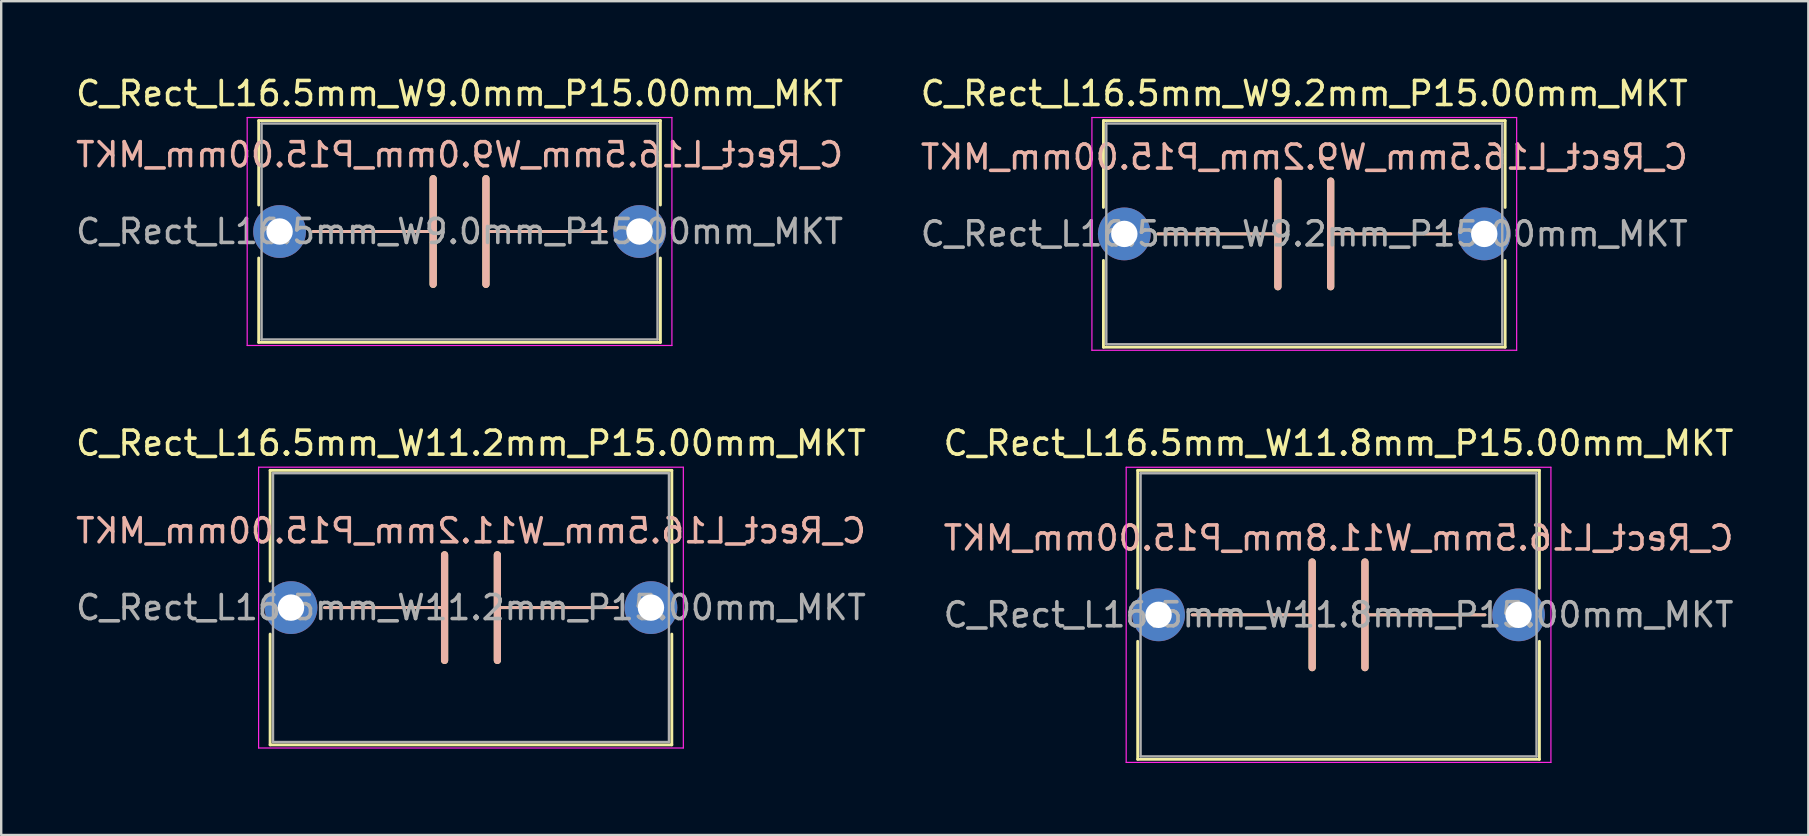
<source format=kicad_pcb>
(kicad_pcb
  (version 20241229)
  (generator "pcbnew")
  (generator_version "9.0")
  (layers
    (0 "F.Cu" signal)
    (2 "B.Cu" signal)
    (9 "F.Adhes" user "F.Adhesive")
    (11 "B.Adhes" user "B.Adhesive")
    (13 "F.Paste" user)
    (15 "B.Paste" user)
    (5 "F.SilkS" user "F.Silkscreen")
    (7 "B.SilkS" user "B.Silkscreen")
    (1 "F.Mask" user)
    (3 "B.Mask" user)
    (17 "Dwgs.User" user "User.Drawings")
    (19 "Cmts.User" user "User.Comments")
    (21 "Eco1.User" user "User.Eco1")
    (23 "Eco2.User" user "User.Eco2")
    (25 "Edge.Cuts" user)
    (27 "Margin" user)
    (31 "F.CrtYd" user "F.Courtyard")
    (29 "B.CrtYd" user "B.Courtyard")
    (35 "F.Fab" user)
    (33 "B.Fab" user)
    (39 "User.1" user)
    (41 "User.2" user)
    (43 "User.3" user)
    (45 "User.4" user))
  (footprint "C_Rect_L16.5mm_W9.0mm_P15.00mm_MKT"
    (layer "F.Cu")
    (at 8.601 6.598)
    (property "Reference" "C_Rect_L16.5mm_W9.0mm_P15.00mm_MKT" (at 7.5 -5.75 0) (layer "F.SilkS") (effects (font (size 1 1) (thickness 0.15))))
    (fp_line (start -0.87 -4.62) (end -0.87 -1.104) (stroke (width 0.12) (type solid)) (layer "F.SilkS"))
    (fp_line (start -0.87 -4.62) (end 15.87 -4.62) (stroke (width 0.12) (type solid)) (layer "F.SilkS"))
    (fp_line (start -0.87 1.104) (end -0.87 4.62) (stroke (width 0.12) (type solid)) (layer "F.SilkS"))
    (fp_line (start -0.87 4.62) (end 15.87 4.62) (stroke (width 0.12) (type solid)) (layer "F.SilkS"))
    (fp_line (start 1.4 0) (end 6.4 0) (stroke (width 0.12) (type solid)) (layer "F.SilkS"))
    (fp_line (start 6.4 -2.2) (end 6.4 2.2) (stroke (width 0.3) (type solid)) (layer "F.SilkS"))
    (fp_line (start 8.6 -2.2) (end 8.6 2.2) (stroke (width 0.3) (type solid)) (layer "F.SilkS"))
    (fp_line (start 8.6 0) (end 13.6 0) (stroke (width 0.12) (type solid)) (layer "F.SilkS"))
    (fp_line (start 15.87 -4.62) (end 15.87 -1.104) (stroke (width 0.12) (type solid)) (layer "F.SilkS"))
    (fp_line (start 15.87 1.104) (end 15.87 4.62) (stroke (width 0.12) (type solid)) (layer "F.SilkS"))
    (fp_line (start 1.4 0) (end 6.4 0) (stroke (width 0.12) (type solid)) (layer "B.SilkS"))
    (fp_line (start 6.4 2.2) (end 6.4 -2.2) (stroke (width 0.3) (type solid)) (layer "B.SilkS"))
    (fp_line (start 8.6 0) (end 13.6 0) (stroke (width 0.12) (type solid)) (layer "B.SilkS"))
    (fp_line (start 8.6 2.2) (end 8.6 -2.2) (stroke (width 0.3) (type solid)) (layer "B.SilkS"))
    (fp_line (start -1.35 -4.75) (end -1.35 4.75) (stroke (width 0.05) (type solid)) (layer "F.CrtYd"))
    (fp_line (start -1.35 4.75) (end 16.35 4.75) (stroke (width 0.05) (type solid)) (layer "F.CrtYd"))
    (fp_line (start 16.35 -4.75) (end -1.35 -4.75) (stroke (width 0.05) (type solid)) (layer "F.CrtYd"))
    (fp_line (start 16.35 4.75) (end 16.35 -4.75) (stroke (width 0.05) (type solid)) (layer "F.CrtYd"))
    (fp_line (start -0.75 -4.5) (end -0.75 4.5) (stroke (width 0.1) (type solid)) (layer "F.Fab"))
    (fp_line (start -0.75 4.5) (end 15.75 4.5) (stroke (width 0.1) (type solid)) (layer "F.Fab"))
    (fp_line (start 15.75 -4.5) (end -0.75 -4.5) (stroke (width 0.1) (type solid)) (layer "F.Fab"))
    (fp_line (start 15.75 4.5) (end 15.75 -4.5) (stroke (width 0.1) (type solid)) (layer "F.Fab"))
    (fp_text user "${REFERENCE}" (at 7.5 -3.2 0) (layer "B.SilkS") (effects (font (size 1 1) (thickness 0.15)) (justify mirror)))
    (fp_text user "${REFERENCE}" (at 7.5 0 0) (layer "F.Fab") (effects (font (size 1 1) (thickness 0.15))))
    (pad "1" thru_hole circle (at 0 0) (size 2.2 2.2) (drill 1.1) (layers "*.Cu" "*.Mask"))
    (pad "2" thru_hole circle (at 15 0) (size 2.2 2.2) (drill 1.1) (layers "*.Cu" "*.Mask")))
  (footprint "C_Rect_L16.5mm_W11.2mm_P15.00mm_MKT"
    (layer "F.Cu")
    (at 9.077 22.271)
    (property "Reference" "C_Rect_L16.5mm_W11.2mm_P15.00mm_MKT" (at 7.5 -6.85 0) (layer "F.SilkS") (effects (font (size 1 1) (thickness 0.15))))
    (fp_line (start -0.87 -5.72) (end -0.87 -1.104) (stroke (width 0.12) (type solid)) (layer "F.SilkS"))
    (fp_line (start -0.87 -5.72) (end 15.87 -5.72) (stroke (width 0.12) (type solid)) (layer "F.SilkS"))
    (fp_line (start -0.87 1.104) (end -0.87 5.72) (stroke (width 0.12) (type solid)) (layer "F.SilkS"))
    (fp_line (start -0.87 5.72) (end 15.87 5.72) (stroke (width 0.12) (type solid)) (layer "F.SilkS"))
    (fp_line (start 1.4 0) (end 6.4 0) (stroke (width 0.12) (type solid)) (layer "F.SilkS"))
    (fp_line (start 6.4 -2.2) (end 6.4 2.2) (stroke (width 0.3) (type solid)) (layer "F.SilkS"))
    (fp_line (start 8.6 -2.2) (end 8.6 2.2) (stroke (width 0.3) (type solid)) (layer "F.SilkS"))
    (fp_line (start 8.6 0) (end 13.6 0) (stroke (width 0.12) (type solid)) (layer "F.SilkS"))
    (fp_line (start 15.87 -5.72) (end 15.87 -1.104) (stroke (width 0.12) (type solid)) (layer "F.SilkS"))
    (fp_line (start 15.87 1.104) (end 15.87 5.72) (stroke (width 0.12) (type solid)) (layer "F.SilkS"))
    (fp_line (start 1.4 0) (end 6.4 0) (stroke (width 0.12) (type solid)) (layer "B.SilkS"))
    (fp_line (start 6.4 2.2) (end 6.4 -2.2) (stroke (width 0.3) (type solid)) (layer "B.SilkS"))
    (fp_line (start 8.6 0) (end 13.6 0) (stroke (width 0.12) (type solid)) (layer "B.SilkS"))
    (fp_line (start 8.6 2.2) (end 8.6 -2.2) (stroke (width 0.3) (type solid)) (layer "B.SilkS"))
    (fp_line (start -1.35 -5.85) (end -1.35 5.85) (stroke (width 0.05) (type solid)) (layer "F.CrtYd"))
    (fp_line (start -1.35 5.85) (end 16.35 5.85) (stroke (width 0.05) (type solid)) (layer "F.CrtYd"))
    (fp_line (start 16.35 -5.85) (end -1.35 -5.85) (stroke (width 0.05) (type solid)) (layer "F.CrtYd"))
    (fp_line (start 16.35 5.85) (end 16.35 -5.85) (stroke (width 0.05) (type solid)) (layer "F.CrtYd"))
    (fp_line (start -0.75 -5.6) (end -0.75 5.6) (stroke (width 0.1) (type solid)) (layer "F.Fab"))
    (fp_line (start -0.75 5.6) (end 15.75 5.6) (stroke (width 0.1) (type solid)) (layer "F.Fab"))
    (fp_line (start 15.75 -5.6) (end -0.75 -5.6) (stroke (width 0.1) (type solid)) (layer "F.Fab"))
    (fp_line (start 15.75 5.6) (end 15.75 -5.6) (stroke (width 0.1) (type solid)) (layer "F.Fab"))
    (fp_text user "${REFERENCE}" (at 7.5 -3.2 0) (layer "B.SilkS") (effects (font (size 1 1) (thickness 0.15)) (justify mirror)))
    (fp_text user "${REFERENCE}" (at 7.5 0 0) (layer "F.Fab") (effects (font (size 1 1) (thickness 0.15))))
    (pad "1" thru_hole circle (at 0 0) (size 2.2 2.2) (drill 1.1) (layers "*.Cu" "*.Mask"))
    (pad "2" thru_hole circle (at 15 0) (size 2.2 2.2) (drill 1.1) (layers "*.Cu" "*.Mask")))
  (footprint "C_Rect_L16.5mm_W11.8mm_P15.00mm_MKT"
    (layer "F.Cu")
    (at 45.232 22.572)
    (property "Reference" "C_Rect_L16.5mm_W11.8mm_P15.00mm_MKT" (at 7.5 -7.15 0) (layer "F.SilkS") (effects (font (size 1 1) (thickness 0.15))))
    (fp_line (start -0.87 -6.02) (end -0.87 -1.104) (stroke (width 0.12) (type solid)) (layer "F.SilkS"))
    (fp_line (start -0.87 -6.02) (end 15.87 -6.02) (stroke (width 0.12) (type solid)) (layer "F.SilkS"))
    (fp_line (start -0.87 1.104) (end -0.87 6.02) (stroke (width 0.12) (type solid)) (layer "F.SilkS"))
    (fp_line (start -0.87 6.02) (end 15.87 6.02) (stroke (width 0.12) (type solid)) (layer "F.SilkS"))
    (fp_line (start 1.4 0) (end 6.4 0) (stroke (width 0.12) (type solid)) (layer "F.SilkS"))
    (fp_line (start 6.4 -2.2) (end 6.4 2.2) (stroke (width 0.3) (type solid)) (layer "F.SilkS"))
    (fp_line (start 8.6 -2.2) (end 8.6 2.2) (stroke (width 0.3) (type solid)) (layer "F.SilkS"))
    (fp_line (start 8.6 0) (end 13.6 0) (stroke (width 0.12) (type solid)) (layer "F.SilkS"))
    (fp_line (start 15.87 -6.02) (end 15.87 -1.104) (stroke (width 0.12) (type solid)) (layer "F.SilkS"))
    (fp_line (start 15.87 1.104) (end 15.87 6.02) (stroke (width 0.12) (type solid)) (layer "F.SilkS"))
    (fp_line (start 1.4 0) (end 6.4 0) (stroke (width 0.12) (type solid)) (layer "B.SilkS"))
    (fp_line (start 6.4 2.2) (end 6.4 -2.2) (stroke (width 0.3) (type solid)) (layer "B.SilkS"))
    (fp_line (start 8.6 0) (end 13.6 0) (stroke (width 0.12) (type solid)) (layer "B.SilkS"))
    (fp_line (start 8.6 2.2) (end 8.6 -2.2) (stroke (width 0.3) (type solid)) (layer "B.SilkS"))
    (fp_line (start -1.35 -6.15) (end -1.35 6.15) (stroke (width 0.05) (type solid)) (layer "F.CrtYd"))
    (fp_line (start -1.35 6.15) (end 16.35 6.15) (stroke (width 0.05) (type solid)) (layer "F.CrtYd"))
    (fp_line (start 16.35 -6.15) (end -1.35 -6.15) (stroke (width 0.05) (type solid)) (layer "F.CrtYd"))
    (fp_line (start 16.35 6.15) (end 16.35 -6.15) (stroke (width 0.05) (type solid)) (layer "F.CrtYd"))
    (fp_line (start -0.75 -5.9) (end -0.75 5.9) (stroke (width 0.1) (type solid)) (layer "F.Fab"))
    (fp_line (start -0.75 5.9) (end 15.75 5.9) (stroke (width 0.1) (type solid)) (layer "F.Fab"))
    (fp_line (start 15.75 -5.9) (end -0.75 -5.9) (stroke (width 0.1) (type solid)) (layer "F.Fab"))
    (fp_line (start 15.75 5.9) (end 15.75 -5.9) (stroke (width 0.1) (type solid)) (layer "F.Fab"))
    (fp_text user "${REFERENCE}" (at 7.5 -3.2 0) (layer "B.SilkS") (effects (font (size 1 1) (thickness 0.15)) (justify mirror)))
    (fp_text user "${REFERENCE}" (at 7.5 0 0) (layer "F.Fab") (effects (font (size 1 1) (thickness 0.15))))
    (pad "1" thru_hole circle (at 0 0) (size 2.2 2.2) (drill 1.1) (layers "*.Cu" "*.Mask"))
    (pad "2" thru_hole circle (at 15 0) (size 2.2 2.2) (drill 1.1) (layers "*.Cu" "*.Mask")))
  (footprint "C_Rect_L16.5mm_W9.2mm_P15.00mm_MKT"
    (layer "F.Cu")
    (at 43.804 6.698)
    (property "Reference" "C_Rect_L16.5mm_W9.2mm_P15.00mm_MKT" (at 7.5 -5.85 0) (layer "F.SilkS") (effects (font (size 1 1) (thickness 0.15))))
    (fp_line (start -0.87 -4.72) (end -0.87 -1.104) (stroke (width 0.12) (type solid)) (layer "F.SilkS"))
    (fp_line (start -0.87 -4.72) (end 15.87 -4.72) (stroke (width 0.12) (type solid)) (layer "F.SilkS"))
    (fp_line (start -0.87 1.104) (end -0.87 4.72) (stroke (width 0.12) (type solid)) (layer "F.SilkS"))
    (fp_line (start -0.87 4.72) (end 15.87 4.72) (stroke (width 0.12) (type solid)) (layer "F.SilkS"))
    (fp_line (start 1.4 0) (end 6.4 0) (stroke (width 0.12) (type solid)) (layer "F.SilkS"))
    (fp_line (start 6.4 -2.2) (end 6.4 2.2) (stroke (width 0.3) (type solid)) (layer "F.SilkS"))
    (fp_line (start 8.6 -2.2) (end 8.6 2.2) (stroke (width 0.3) (type solid)) (layer "F.SilkS"))
    (fp_line (start 8.6 0) (end 13.6 0) (stroke (width 0.12) (type solid)) (layer "F.SilkS"))
    (fp_line (start 15.87 -4.72) (end 15.87 -1.104) (stroke (width 0.12) (type solid)) (layer "F.SilkS"))
    (fp_line (start 15.87 1.104) (end 15.87 4.72) (stroke (width 0.12) (type solid)) (layer "F.SilkS"))
    (fp_line (start 1.4 0) (end 6.4 0) (stroke (width 0.12) (type solid)) (layer "B.SilkS"))
    (fp_line (start 6.4 2.2) (end 6.4 -2.2) (stroke (width 0.3) (type solid)) (layer "B.SilkS"))
    (fp_line (start 8.6 0) (end 13.6 0) (stroke (width 0.12) (type solid)) (layer "B.SilkS"))
    (fp_line (start 8.6 2.2) (end 8.6 -2.2) (stroke (width 0.3) (type solid)) (layer "B.SilkS"))
    (fp_line (start -1.35 -4.85) (end -1.35 4.85) (stroke (width 0.05) (type solid)) (layer "F.CrtYd"))
    (fp_line (start -1.35 4.85) (end 16.35 4.85) (stroke (width 0.05) (type solid)) (layer "F.CrtYd"))
    (fp_line (start 16.35 -4.85) (end -1.35 -4.85) (stroke (width 0.05) (type solid)) (layer "F.CrtYd"))
    (fp_line (start 16.35 4.85) (end 16.35 -4.85) (stroke (width 0.05) (type solid)) (layer "F.CrtYd"))
    (fp_line (start -0.75 -4.6) (end -0.75 4.6) (stroke (width 0.1) (type solid)) (layer "F.Fab"))
    (fp_line (start -0.75 4.6) (end 15.75 4.6) (stroke (width 0.1) (type solid)) (layer "F.Fab"))
    (fp_line (start 15.75 -4.6) (end -0.75 -4.6) (stroke (width 0.1) (type solid)) (layer "F.Fab"))
    (fp_line (start 15.75 4.6) (end 15.75 -4.6) (stroke (width 0.1) (type solid)) (layer "F.Fab"))
    (fp_text user "${REFERENCE}" (at 7.5 -3.2 0) (layer "B.SilkS") (effects (font (size 1 1) (thickness 0.15)) (justify mirror)))
    (fp_text user "${REFERENCE}" (at 7.5 0 0) (layer "F.Fab") (effects (font (size 1 1) (thickness 0.15))))
    (pad "1" thru_hole circle (at 0 0) (size 2.2 2.2) (drill 1.1) (layers "*.Cu" "*.Mask"))
    (pad "2" thru_hole circle (at 15 0) (size 2.2 2.2) (drill 1.1) (layers "*.Cu" "*.Mask")))
  (gr_rect
    (start -3 -3)
    (end 72.31 31.747)
    (stroke (width 0.1) (type default))
    (fill no)
    (layer "Edge.Cuts")))
</source>
